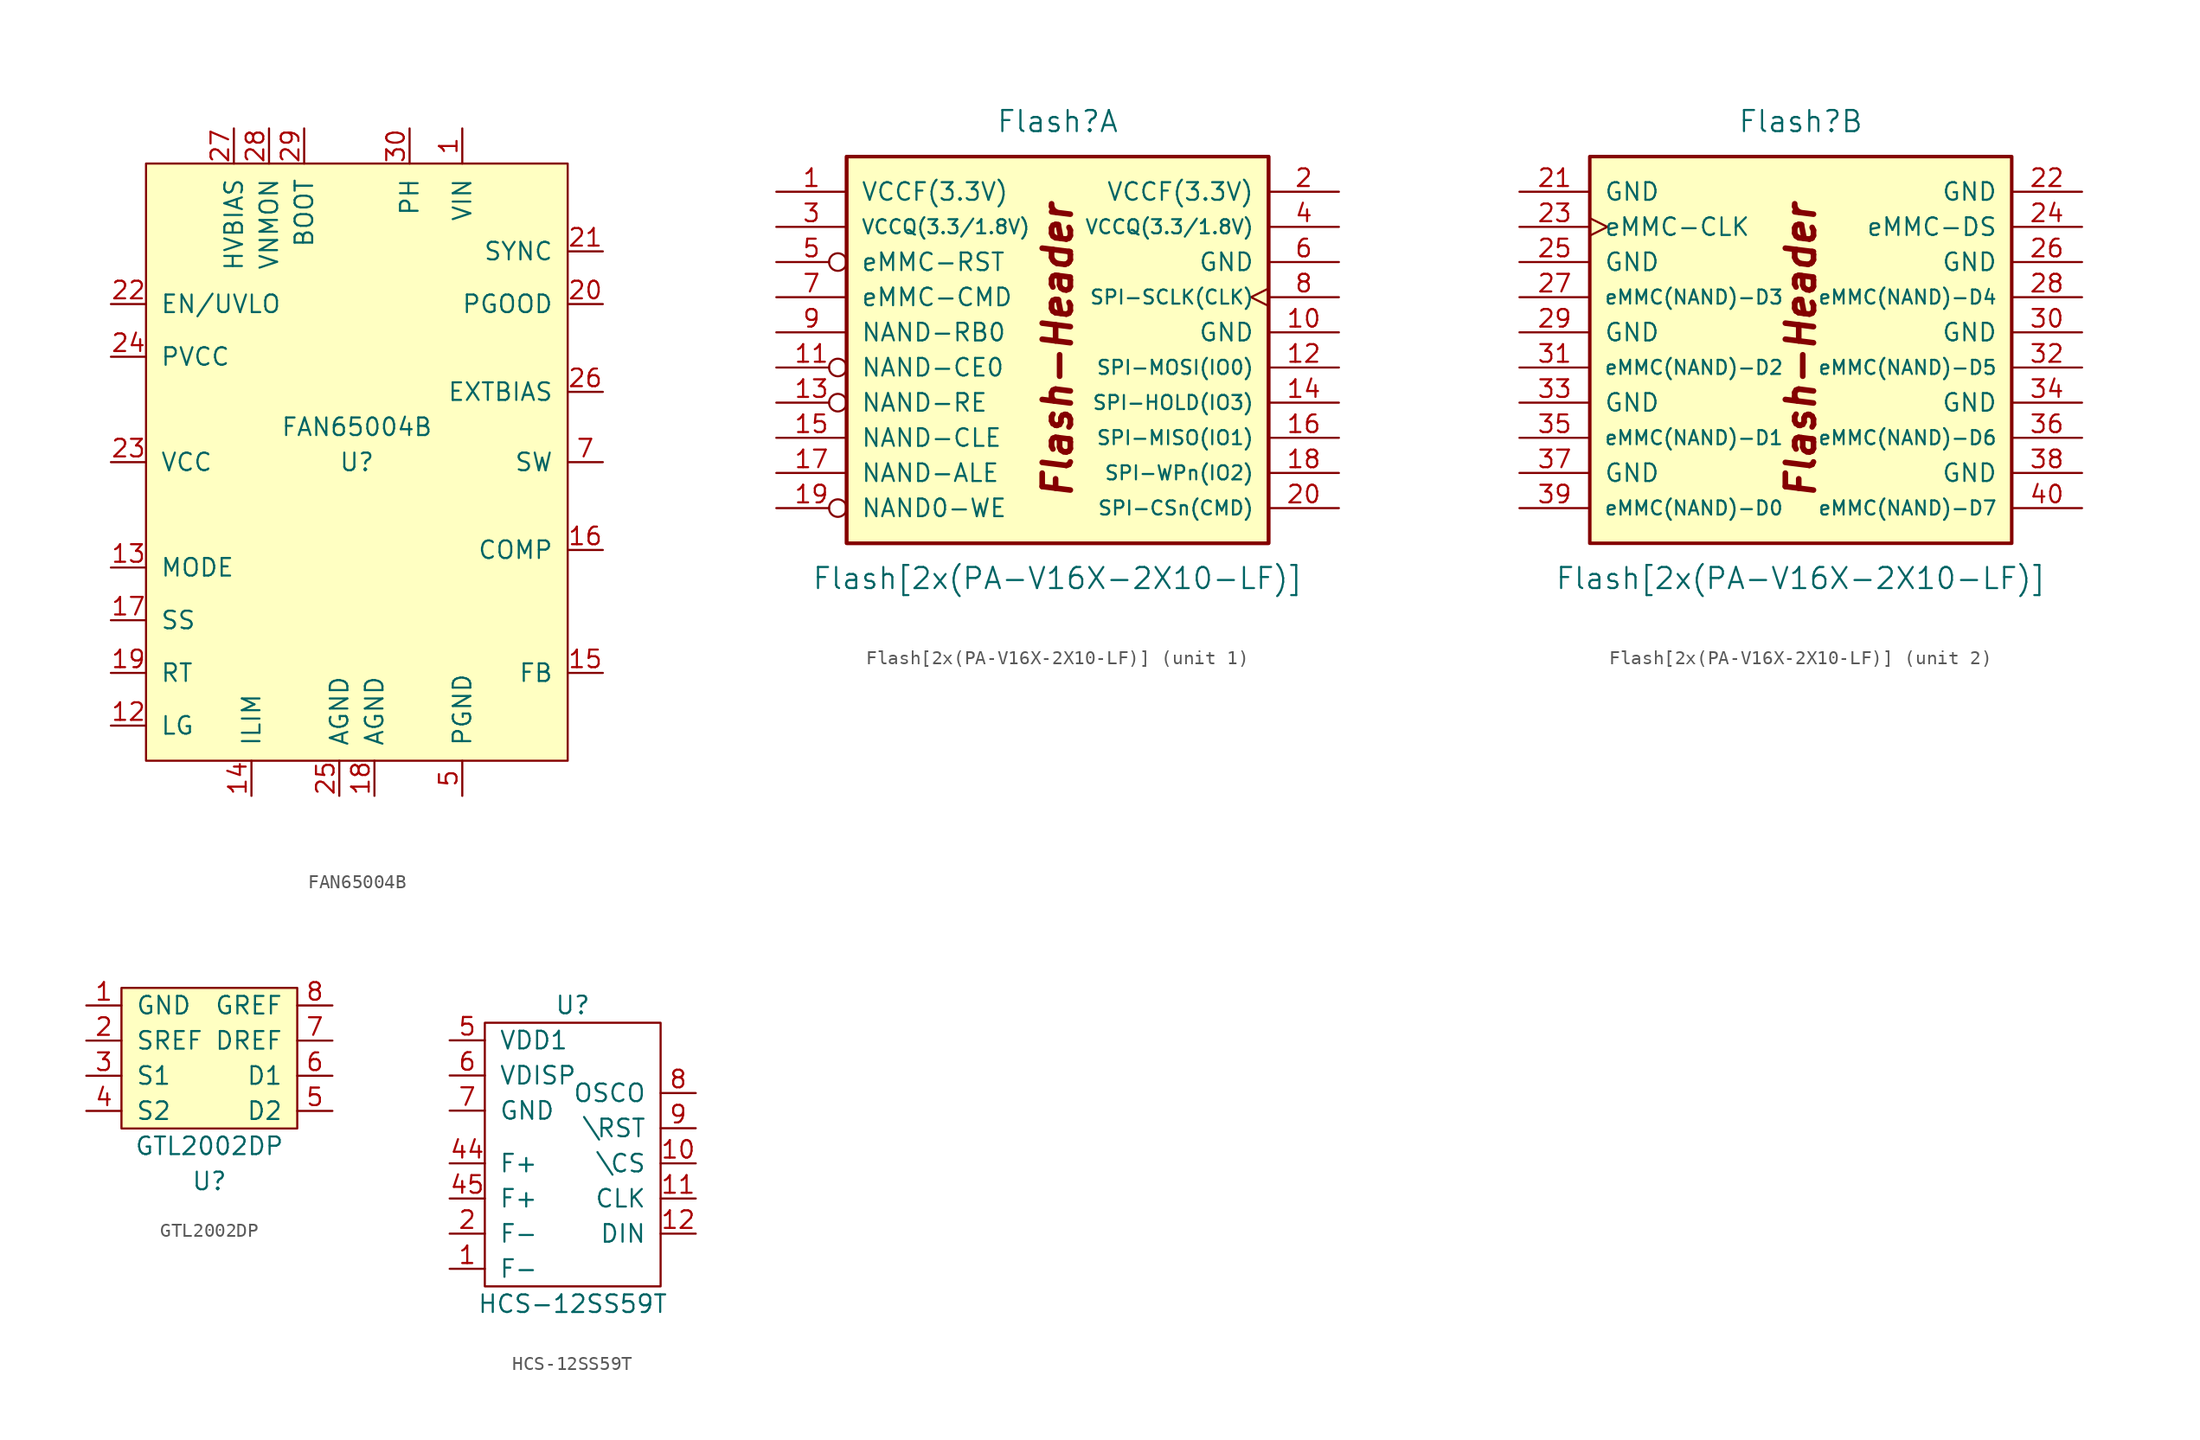
<source format=kicad_sym>
(kicad_symbol_lib
  (version 20211014)
  (generator kicad_symbol_editor)
  (symbol "FAN65004B"
    (pin_names
      (offset 1.016))
    (property "Reference" "U"
      (at 0 0 0)
      (effects (font (size 1.27 1.27))))
    (property "Value" "FAN65004B"
      (at 0 2.54 0)
      (effects (font (size 1.27 1.27))))
    (symbol "FAN65004B_0_1"
      (rectangle (start -15.24 21.59) (end 15.24 -21.59) (stroke (width 0) (type default) (color 0 0 0 0)) (fill (type background))))
    (symbol "FAN65004B_1_1"
      (pin passive line (at 7.62 24.13 270) (length 2.54) (name "VIN" (effects (font (size 1.27 1.27)))) (number "1" (effects (font (size 1.27 1.27)))))
      (pin passive line (at 17.78 0 180) (length 2.54) hide (name "SW" (effects (font (size 1.27 1.27)))) (number "10" (effects (font (size 1.27 1.27)))))
      (pin passive line (at -1.27 -2.54 0) (length 2.54) hide (name "NC" (effects (font (size 1.27 1.27)))) (number "11" (effects (font (size 1.27 1.27)))))
      (pin passive line (at -17.78 -19.05 0) (length 2.54) (name "LG" (effects (font (size 1.27 1.27)))) (number "12" (effects (font (size 1.27 1.27)))))
      (pin passive line (at -17.78 -7.62 0) (length 2.54) (name "MODE" (effects (font (size 1.27 1.27)))) (number "13" (effects (font (size 1.27 1.27)))))
      (pin passive line (at -7.62 -24.13 90) (length 2.54) (name "ILIM" (effects (font (size 1.27 1.27)))) (number "14" (effects (font (size 1.27 1.27)))))
      (pin passive line (at 17.78 -15.24 180) (length 2.54) (name "FB" (effects (font (size 1.27 1.27)))) (number "15" (effects (font (size 1.27 1.27)))))
      (pin passive line (at 17.78 -6.35 180) (length 2.54) (name "COMP" (effects (font (size 1.27 1.27)))) (number "16" (effects (font (size 1.27 1.27)))))
      (pin passive line (at -17.78 -11.43 0) (length 2.54) (name "SS" (effects (font (size 1.27 1.27)))) (number "17" (effects (font (size 1.27 1.27)))))
      (pin passive line (at 1.27 -24.13 90) (length 2.54) (name "AGND" (effects (font (size 1.27 1.27)))) (number "18" (effects (font (size 1.27 1.27)))))
      (pin passive line (at -17.78 -15.24 0) (length 2.54) (name "RT" (effects (font (size 1.27 1.27)))) (number "19" (effects (font (size 1.27 1.27)))))
      (pin passive line (at 7.62 24.13 270) (length 2.54) hide (name "VIN" (effects (font (size 1.27 1.27)))) (number "2" (effects (font (size 1.27 1.27)))))
      (pin passive line (at 17.78 11.43 180) (length 2.54) (name "PGOOD" (effects (font (size 1.27 1.27)))) (number "20" (effects (font (size 1.27 1.27)))))
      (pin passive line (at 17.78 15.24 180) (length 2.54) (name "SYNC" (effects (font (size 1.27 1.27)))) (number "21" (effects (font (size 1.27 1.27)))))
      (pin passive line (at -17.78 11.43 0) (length 2.54) (name "EN/UVLO" (effects (font (size 1.27 1.27)))) (number "22" (effects (font (size 1.27 1.27)))))
      (pin passive line (at -17.78 0 0) (length 2.54) (name "VCC" (effects (font (size 1.27 1.27)))) (number "23" (effects (font (size 1.27 1.27)))))
      (pin passive line (at -17.78 7.62 0) (length 2.54) (name "PVCC" (effects (font (size 1.27 1.27)))) (number "24" (effects (font (size 1.27 1.27)))))
      (pin passive line (at -1.27 -24.13 90) (length 2.54) (name "AGND" (effects (font (size 1.27 1.27)))) (number "25" (effects (font (size 1.27 1.27)))))
      (pin passive line (at 17.78 5.08 180) (length 2.54) (name "EXTBIAS" (effects (font (size 1.27 1.27)))) (number "26" (effects (font (size 1.27 1.27)))))
      (pin passive line (at -8.89 24.13 270) (length 2.54) (name "HVBIAS" (effects (font (size 1.27 1.27)))) (number "27" (effects (font (size 1.27 1.27)))))
      (pin passive line (at -6.35 24.13 270) (length 2.54) (name "VNMON" (effects (font (size 1.27 1.27)))) (number "28" (effects (font (size 1.27 1.27)))))
      (pin passive line (at -3.81 24.13 270) (length 2.54) (name "BOOT" (effects (font (size 1.27 1.27)))) (number "29" (effects (font (size 1.27 1.27)))))
      (pin passive line (at 7.62 24.13 270) (length 2.54) hide (name "VIN" (effects (font (size 1.27 1.27)))) (number "3" (effects (font (size 1.27 1.27)))))
      (pin passive line (at 3.81 24.13 270) (length 2.54) (name "PH" (effects (font (size 1.27 1.27)))) (number "30" (effects (font (size 1.27 1.27)))))
      (pin passive line (at 7.62 24.13 270) (length 2.54) hide (name "VIN" (effects (font (size 1.27 1.27)))) (number "31" (effects (font (size 1.27 1.27)))))
      (pin passive line (at 7.62 24.13 270) (length 2.54) hide (name "VIN" (effects (font (size 1.27 1.27)))) (number "32" (effects (font (size 1.27 1.27)))))
      (pin passive line (at 7.62 24.13 270) (length 2.54) hide (name "VIN" (effects (font (size 1.27 1.27)))) (number "33" (effects (font (size 1.27 1.27)))))
      (pin passive line (at 7.62 24.13 270) (length 2.54) hide (name "VIN" (effects (font (size 1.27 1.27)))) (number "34" (effects (font (size 1.27 1.27)))))
      (pin passive line (at 7.62 24.13 270) (length 2.54) hide (name "VIN" (effects (font (size 1.27 1.27)))) (number "35" (effects (font (size 1.27 1.27)))))
      (pin passive line (at 7.62 -24.13 90) (length 2.54) hide (name "PGND" (effects (font (size 1.27 1.27)))) (number "4" (effects (font (size 1.27 1.27)))))
      (pin passive line (at 7.62 -24.13 90) (length 2.54) (name "PGND" (effects (font (size 1.27 1.27)))) (number "5" (effects (font (size 1.27 1.27)))))
      (pin passive line (at 7.62 -24.13 90) (length 2.54) hide (name "PGND" (effects (font (size 1.27 1.27)))) (number "6" (effects (font (size 1.27 1.27)))))
      (pin passive line (at 17.78 0 180) (length 2.54) (name "SW" (effects (font (size 1.27 1.27)))) (number "7" (effects (font (size 1.27 1.27)))))
      (pin passive line (at 17.78 0 180) (length 2.54) hide (name "SW" (effects (font (size 1.27 1.27)))) (number "8" (effects (font (size 1.27 1.27)))))
      (pin passive line (at 17.78 0 180) (length 2.54) hide (name "SW" (effects (font (size 1.27 1.27)))) (number "9" (effects (font (size 1.27 1.27)))))))
  (symbol "Flash[2x(PA-V16X-2X10-LF)]"
    (pin_names
      (offset 1.016))
    (property "Reference" "Flash"
      (at 0 15.24 0)
      (effects (font (size 1.524 1.524))))
    (property "Value" "Flash[2x(PA-V16X-2X10-LF)]"
      (at 0 -17.78 0)
      (effects (font (size 1.524 1.524))))
    (symbol "Flash[2x(PA-V16X-2X10-LF)]_0_0"
      (rectangle (start -15.24 12.7) (end 15.24 -15.24) (stroke (width 0.254) (type default) (color 0 0 0 0)) (fill (type background)))
      (text "Flash-Header" (at 0 -1.27 900) (effects (font (size 2.032 2.032) bold italic))))
    (symbol "Flash[2x(PA-V16X-2X10-LF)]_1_1"
      (rectangle (start -15.24 12.7) (end 15.24 -15.24) (stroke (width 0.254) (type default) (color 0 0 0 0)) (fill (type background)))
      (pin power_in line (at -20.32 10.16 0) (length 5.08) (name "VCCF(3.3V)" (effects (font (size 1.27 1.27)))) (number "1" (effects (font (size 1.27 1.27)))))
      (pin power_in line (at 20.32 0 180) (length 5.08) (name "GND" (effects (font (size 1.27 1.27)))) (number "10" (effects (font (size 1.27 1.27)))))
      (pin input inverted (at -20.32 -2.54 0) (length 5.08) (name "NAND-CE0" (effects (font (size 1.27 1.27)))) (number "11" (effects (font (size 1.27 1.27)))))
      (pin bidirectional line (at 20.32 -2.54 180) (length 5.08) (name "SPI-MOSI(IO0)" (effects (font (size 1.016 1.016)))) (number "12" (effects (font (size 1.27 1.27)))))
      (pin input inverted (at -20.32 -5.08 0) (length 5.08) (name "NAND-RE" (effects (font (size 1.27 1.27)))) (number "13" (effects (font (size 1.27 1.27)))))
      (pin bidirectional line (at 20.32 -5.08 180) (length 5.08) (name "SPI-HOLD(IO3)" (effects (font (size 1.016 1.016)))) (number "14" (effects (font (size 1.27 1.27)))))
      (pin input line (at -20.32 -7.62 0) (length 5.08) (name "NAND-CLE" (effects (font (size 1.27 1.27)))) (number "15" (effects (font (size 1.27 1.27)))))
      (pin bidirectional line (at 20.32 -7.62 180) (length 5.08) (name "SPI-MISO(IO1)" (effects (font (size 1.016 1.016)))) (number "16" (effects (font (size 1.27 1.27)))))
      (pin input line (at -20.32 -10.16 0) (length 5.08) (name "NAND-ALE" (effects (font (size 1.27 1.27)))) (number "17" (effects (font (size 1.27 1.27)))))
      (pin bidirectional line (at 20.32 -10.16 180) (length 5.08) (name "SPI-WPn(IO2)" (effects (font (size 1.016 1.016)))) (number "18" (effects (font (size 1.27 1.27)))))
      (pin input inverted (at -20.32 -12.7 0) (length 5.08) (name "NAND0-WE" (effects (font (size 1.27 1.27)))) (number "19" (effects (font (size 1.27 1.27)))))
      (pin power_in line (at 20.32 10.16 180) (length 5.08) (name "VCCF(3.3V)" (effects (font (size 1.27 1.27)))) (number "2" (effects (font (size 1.27 1.27)))))
      (pin bidirectional line (at 20.32 -12.7 180) (length 5.08) (name "SPI-CSn(CMD)" (effects (font (size 1.016 1.016)))) (number "20" (effects (font (size 1.27 1.27)))))
      (pin power_in line (at -20.32 7.62 0) (length 5.08) (name "VCCQ(3.3/1.8V)" (effects (font (size 1.016 1.016)))) (number "3" (effects (font (size 1.27 1.27)))))
      (pin power_in line (at 20.32 7.62 180) (length 5.08) (name "VCCQ(3.3/1.8V)" (effects (font (size 1.016 1.016)))) (number "4" (effects (font (size 1.27 1.27)))))
      (pin input inverted (at -20.32 5.08 0) (length 5.08) (name "eMMC-RST" (effects (font (size 1.27 1.27)))) (number "5" (effects (font (size 1.27 1.27)))))
      (pin power_in line (at 20.32 5.08 180) (length 5.08) (name "GND" (effects (font (size 1.27 1.27)))) (number "6" (effects (font (size 1.27 1.27)))))
      (pin bidirectional line (at -20.32 2.54 0) (length 5.08) (name "eMMC-CMD" (effects (font (size 1.27 1.27)))) (number "7" (effects (font (size 1.27 1.27)))))
      (pin input clock (at 20.32 2.54 180) (length 5.08) (name "SPI-SCLK(CLK)" (effects (font (size 1.016 1.016)))) (number "8" (effects (font (size 1.27 1.27)))))
      (pin input line (at -20.32 0 0) (length 5.08) (name "NAND-RB0" (effects (font (size 1.27 1.27)))) (number "9" (effects (font (size 1.27 1.27))))))
    (symbol "Flash[2x(PA-V16X-2X10-LF)]_2_1"
      (pin power_in line (at -20.32 10.16 0) (length 5.08) (name "GND" (effects (font (size 1.27 1.27)))) (number "21" (effects (font (size 1.27 1.27)))))
      (pin power_in line (at 20.32 10.16 180) (length 5.08) (name "GND" (effects (font (size 1.27 1.27)))) (number "22" (effects (font (size 1.27 1.27)))))
      (pin input clock (at -20.32 7.62 0) (length 5.08) (name "eMMC-CLK" (effects (font (size 1.27 1.27)))) (number "23" (effects (font (size 1.27 1.27)))))
      (pin output line (at 20.32 7.62 180) (length 5.08) (name "eMMC-DS" (effects (font (size 1.27 1.27)))) (number "24" (effects (font (size 1.27 1.27)))))
      (pin power_in line (at -20.32 5.08 0) (length 5.08) (name "GND" (effects (font (size 1.27 1.27)))) (number "25" (effects (font (size 1.27 1.27)))))
      (pin power_in line (at 20.32 5.08 180) (length 5.08) (name "GND" (effects (font (size 1.27 1.27)))) (number "26" (effects (font (size 1.27 1.27)))))
      (pin bidirectional line (at -20.32 2.54 0) (length 5.08) (name "eMMC(NAND)-D3" (effects (font (size 1.016 1.016)))) (number "27" (effects (font (size 1.27 1.27)))))
      (pin bidirectional line (at 20.32 2.54 180) (length 5.08) (name "eMMC(NAND)-D4" (effects (font (size 1.016 1.016)))) (number "28" (effects (font (size 1.27 1.27)))))
      (pin power_in line (at -20.32 0 0) (length 5.08) (name "GND" (effects (font (size 1.27 1.27)))) (number "29" (effects (font (size 1.27 1.27)))))
      (pin power_in line (at 20.32 0 180) (length 5.08) (name "GND" (effects (font (size 1.27 1.27)))) (number "30" (effects (font (size 1.27 1.27)))))
      (pin bidirectional line (at -20.32 -2.54 0) (length 5.08) (name "eMMC(NAND)-D2" (effects (font (size 1.016 1.016)))) (number "31" (effects (font (size 1.27 1.27)))))
      (pin bidirectional line (at 20.32 -2.54 180) (length 5.08) (name "eMMC(NAND)-D5" (effects (font (size 1.016 1.016)))) (number "32" (effects (font (size 1.27 1.27)))))
      (pin power_in line (at -20.32 -5.08 0) (length 5.08) (name "GND" (effects (font (size 1.27 1.27)))) (number "33" (effects (font (size 1.27 1.27)))))
      (pin power_in line (at 20.32 -5.08 180) (length 5.08) (name "GND" (effects (font (size 1.27 1.27)))) (number "34" (effects (font (size 1.27 1.27)))))
      (pin bidirectional line (at -20.32 -7.62 0) (length 5.08) (name "eMMC(NAND)-D1" (effects (font (size 1.016 1.016)))) (number "35" (effects (font (size 1.27 1.27)))))
      (pin bidirectional line (at 20.32 -7.62 180) (length 5.08) (name "eMMC(NAND)-D6" (effects (font (size 1.016 1.016)))) (number "36" (effects (font (size 1.27 1.27)))))
      (pin power_in line (at -20.32 -10.16 0) (length 5.08) (name "GND" (effects (font (size 1.27 1.27)))) (number "37" (effects (font (size 1.27 1.27)))))
      (pin power_in line (at 20.32 -10.16 180) (length 5.08) (name "GND" (effects (font (size 1.27 1.27)))) (number "38" (effects (font (size 1.27 1.27)))))
      (pin bidirectional line (at -20.32 -12.7 0) (length 5.08) (name "eMMC(NAND)-D0" (effects (font (size 1.016 1.016)))) (number "39" (effects (font (size 1.27 1.27)))))
      (pin bidirectional line (at 20.32 -12.7 180) (length 5.08) (name "eMMC(NAND)-D7" (effects (font (size 1.016 1.016)))) (number "40" (effects (font (size 1.27 1.27)))))))
  (symbol "GTL2002DP"
    (pin_names
      (offset 1.016))
    (property "Reference" "U"
      (at 0 -8.89 0)
      (effects (font (size 1.27 1.27))))
    (property "Value" "GTL2002DP"
      (at 0 -6.35 0)
      (effects (font (size 1.27 1.27))))
    (symbol "GTL2002DP_0_1"
      (rectangle (start -6.35 5.08) (end 6.35 -5.08) (stroke (width 0) (type default) (color 0 0 0 0)) (fill (type background))))
    (symbol "GTL2002DP_1_1"
      (pin input line (at -8.89 3.81 0) (length 2.54) (name "GND" (effects (font (size 1.27 1.27)))) (number "1" (effects (font (size 1.27 1.27)))))
      (pin input line (at -8.89 1.27 0) (length 2.54) (name "SREF" (effects (font (size 1.27 1.27)))) (number "2" (effects (font (size 1.27 1.27)))))
      (pin input line (at -8.89 -1.27 0) (length 2.54) (name "S1" (effects (font (size 1.27 1.27)))) (number "3" (effects (font (size 1.27 1.27)))))
      (pin input line (at -8.89 -3.81 0) (length 2.54) (name "S2" (effects (font (size 1.27 1.27)))) (number "4" (effects (font (size 1.27 1.27)))))
      (pin input line (at 8.89 -3.81 180) (length 2.54) (name "D2" (effects (font (size 1.27 1.27)))) (number "5" (effects (font (size 1.27 1.27)))))
      (pin input line (at 8.89 -1.27 180) (length 2.54) (name "D1" (effects (font (size 1.27 1.27)))) (number "6" (effects (font (size 1.27 1.27)))))
      (pin input line (at 8.89 1.27 180) (length 2.54) (name "DREF" (effects (font (size 1.27 1.27)))) (number "7" (effects (font (size 1.27 1.27)))))
      (pin input line (at 8.89 3.81 180) (length 2.54) (name "GREF" (effects (font (size 1.27 1.27)))) (number "8" (effects (font (size 1.27 1.27)))))))
  (symbol "HCS-12SS59T"
    (pin_names
      (offset 1.016))
    (property "Reference" "U"
      (at 0 11.43 0)
      (effects (font (size 1.27 1.27))))
    (property "Value" "HCS-12SS59T"
      (at 0 -10.16 0)
      (effects (font (size 1.27 1.27))))
    (symbol "HCS-12SS59T_0_1"
      (rectangle (start -6.35 10.16) (end 6.35 -8.89) (stroke (width 0) (type default) (color 0 0 0 0)) (fill (type none))))
    (symbol "HCS-12SS59T_1_1"
      (pin input line (at -8.89 -7.62 0) (length 2.54) (name "F-" (effects (font (size 1.27 1.27)))) (number "1" (effects (font (size 1.27 1.27)))))
      (pin input line (at 8.89 0 180) (length 2.54) (name "\\CS" (effects (font (size 1.27 1.27)))) (number "10" (effects (font (size 1.27 1.27)))))
      (pin input line (at 8.89 -2.54 180) (length 2.54) (name "CLK" (effects (font (size 1.27 1.27)))) (number "11" (effects (font (size 1.27 1.27)))))
      (pin input line (at 8.89 -5.08 180) (length 2.54) (name "DIN" (effects (font (size 1.27 1.27)))) (number "12" (effects (font (size 1.27 1.27)))))
      (pin input line (at -8.89 -5.08 0) (length 2.54) (name "F-" (effects (font (size 1.27 1.27)))) (number "2" (effects (font (size 1.27 1.27)))))
      (pin input line (at -8.89 0 0) (length 2.54) (name "F+" (effects (font (size 1.27 1.27)))) (number "44" (effects (font (size 1.27 1.27)))))
      (pin input line (at -8.89 -2.54 0) (length 2.54) (name "F+" (effects (font (size 1.27 1.27)))) (number "45" (effects (font (size 1.27 1.27)))))
      (pin input line (at -8.89 8.89 0) (length 2.54) (name "VDD1" (effects (font (size 1.27 1.27)))) (number "5" (effects (font (size 1.27 1.27)))))
      (pin input line (at -8.89 6.35 0) (length 2.54) (name "VDISP" (effects (font (size 1.27 1.27)))) (number "6" (effects (font (size 1.27 1.27)))))
      (pin input line (at -8.89 3.81 0) (length 2.54) (name "GND" (effects (font (size 1.27 1.27)))) (number "7" (effects (font (size 1.27 1.27)))))
      (pin input line (at 8.89 5.08 180) (length 2.54) (name "OSCO" (effects (font (size 1.27 1.27)))) (number "8" (effects (font (size 1.27 1.27)))))
      (pin input line (at 8.89 2.54 180) (length 2.54) (name "\\RST" (effects (font (size 1.27 1.27)))) (number "9" (effects (font (size 1.27 1.27))))))))
</source>
